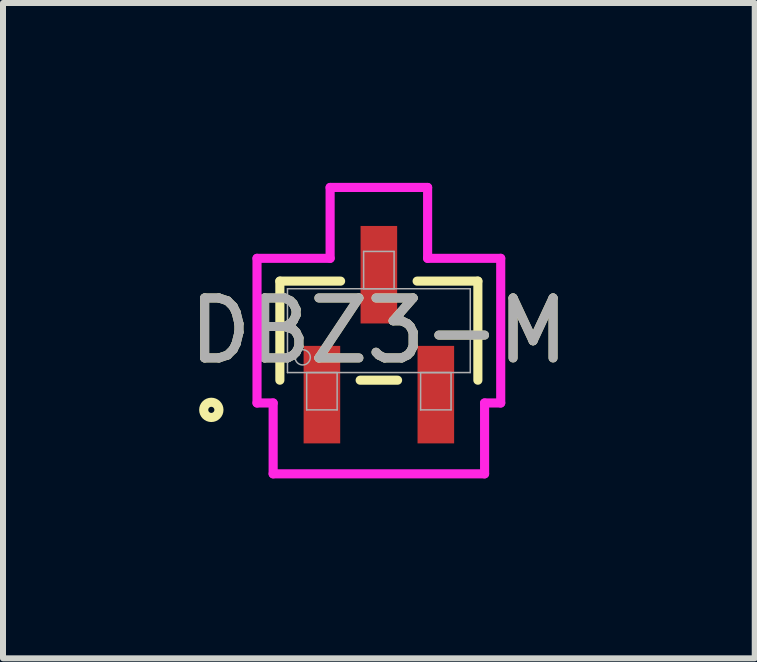
<source format=kicad_pcb>
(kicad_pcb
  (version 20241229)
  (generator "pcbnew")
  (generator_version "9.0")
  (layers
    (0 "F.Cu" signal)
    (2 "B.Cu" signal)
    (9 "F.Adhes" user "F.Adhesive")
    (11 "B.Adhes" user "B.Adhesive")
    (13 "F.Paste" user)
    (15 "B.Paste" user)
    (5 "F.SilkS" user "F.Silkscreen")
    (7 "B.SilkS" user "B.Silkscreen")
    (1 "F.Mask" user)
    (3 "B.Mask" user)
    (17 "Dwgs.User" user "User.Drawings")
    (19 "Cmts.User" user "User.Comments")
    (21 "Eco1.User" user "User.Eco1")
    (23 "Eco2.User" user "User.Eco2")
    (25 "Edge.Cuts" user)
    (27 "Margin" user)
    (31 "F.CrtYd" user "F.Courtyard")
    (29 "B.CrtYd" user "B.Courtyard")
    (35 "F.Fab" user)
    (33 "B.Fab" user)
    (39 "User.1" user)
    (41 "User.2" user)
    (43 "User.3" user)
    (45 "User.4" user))
  (footprint "DBZ3-M"
    (layer "F.Cu")
    (at 3.268 2.464)
    (property "Reference" "DBZ3-M" (at 0 0 0) (unlocked yes) (layer "F.SilkS") (effects (font (size 1 1) (thickness 0.15))))
    (attr smd)
    (fp_line (start -1.651 -0.826) (end -1.651 0.826) (stroke (width 0.152) (type solid)) (layer "F.SilkS"))
    (fp_line (start -0.638 -0.826) (end -1.651 -0.826) (stroke (width 0.152) (type solid)) (layer "F.SilkS"))
    (fp_line (start -0.312 0.826) (end 0.312 0.826) (stroke (width 0.152) (type solid)) (layer "F.SilkS"))
    (fp_line (start 1.651 -0.826) (end 0.638 -0.826) (stroke (width 0.152) (type solid)) (layer "F.SilkS"))
    (fp_line (start 1.651 0.826) (end 1.651 -0.826) (stroke (width 0.152) (type solid)) (layer "F.SilkS"))
    (fp_circle (center -2.794 1.321) (end -2.667 1.321) (stroke (width 0.152) (type solid)) (fill no) (layer "F.SilkS"))
    (fp_line (start -2.032 -1.206) (end -0.813 -1.206) (stroke (width 0.152) (type solid)) (layer "F.CrtYd"))
    (fp_line (start -2.032 1.206) (end -2.032 -1.206) (stroke (width 0.152) (type solid)) (layer "F.CrtYd"))
    (fp_line (start -2.032 1.206) (end -1.763 1.206) (stroke (width 0.152) (type solid)) (layer "F.CrtYd"))
    (fp_line (start -1.763 1.206) (end -1.763 2.388) (stroke (width 0.152) (type solid)) (layer "F.CrtYd"))
    (fp_line (start -1.763 2.388) (end 1.763 2.388) (stroke (width 0.152) (type solid)) (layer "F.CrtYd"))
    (fp_line (start -0.813 -2.388) (end 0.813 -2.388) (stroke (width 0.152) (type solid)) (layer "F.CrtYd"))
    (fp_line (start -0.813 -1.206) (end -0.813 -2.388) (stroke (width 0.152) (type solid)) (layer "F.CrtYd"))
    (fp_line (start 0.813 -1.206) (end 0.813 -2.388) (stroke (width 0.152) (type solid)) (layer "F.CrtYd"))
    (fp_line (start 1.763 1.206) (end 1.763 2.388) (stroke (width 0.152) (type solid)) (layer "F.CrtYd"))
    (fp_line (start 2.032 -1.206) (end 0.813 -1.206) (stroke (width 0.152) (type solid)) (layer "F.CrtYd"))
    (fp_line (start 2.032 -1.206) (end 2.032 1.206) (stroke (width 0.152) (type solid)) (layer "F.CrtYd"))
    (fp_line (start 2.032 1.206) (end 1.763 1.206) (stroke (width 0.152) (type solid)) (layer "F.CrtYd"))
    (fp_line (start -1.524 -0.699) (end -1.524 0.699) (stroke (width 0.025) (type solid)) (layer "F.Fab"))
    (fp_line (start -1.524 0.699) (end 1.524 0.699) (stroke (width 0.025) (type solid)) (layer "F.Fab"))
    (fp_line (start -1.204 0.699) (end -1.204 1.321) (stroke (width 0.025) (type solid)) (layer "F.Fab"))
    (fp_line (start -1.204 1.321) (end -0.696 1.321) (stroke (width 0.025) (type solid)) (layer "F.Fab"))
    (fp_line (start -0.696 0.699) (end -1.204 0.699) (stroke (width 0.025) (type solid)) (layer "F.Fab"))
    (fp_line (start -0.696 1.321) (end -0.696 0.699) (stroke (width 0.025) (type solid)) (layer "F.Fab"))
    (fp_line (start -0.254 -1.321) (end -0.254 -0.699) (stroke (width 0.025) (type solid)) (layer "F.Fab"))
    (fp_line (start -0.254 -0.699) (end 0.254 -0.699) (stroke (width 0.025) (type solid)) (layer "F.Fab"))
    (fp_line (start 0.254 -1.321) (end -0.254 -1.321) (stroke (width 0.025) (type solid)) (layer "F.Fab"))
    (fp_line (start 0.254 -0.699) (end 0.254 -1.321) (stroke (width 0.025) (type solid)) (layer "F.Fab"))
    (fp_line (start 0.696 0.699) (end 0.696 1.321) (stroke (width 0.025) (type solid)) (layer "F.Fab"))
    (fp_line (start 0.696 1.321) (end 1.204 1.321) (stroke (width 0.025) (type solid)) (layer "F.Fab"))
    (fp_line (start 1.204 0.699) (end 0.696 0.699) (stroke (width 0.025) (type solid)) (layer "F.Fab"))
    (fp_line (start 1.204 1.321) (end 1.204 0.699) (stroke (width 0.025) (type solid)) (layer "F.Fab"))
    (fp_line (start 1.524 -0.699) (end -1.524 -0.699) (stroke (width 0.025) (type solid)) (layer "F.Fab"))
    (fp_line (start 1.524 0.699) (end 1.524 -0.699) (stroke (width 0.025) (type solid)) (layer "F.Fab"))
    (fp_circle (center -1.27 0.445) (end -1.143 0.445) (stroke (width 0.025) (type solid)) (fill no) (layer "F.Fab"))
    (fp_text user "${REFERENCE}" (at 0 0 0) (unlocked yes) (layer "F.Fab") (effects (font (size 1 1) (thickness 0.15))))
    (pad "1" smd rect (at -0.95 1.067) (size 0.61 1.626) (layers "F.Cu" "F.Mask" "F.Paste"))
    (pad "2" smd rect (at 0.95 1.067) (size 0.61 1.626) (layers "F.Cu" "F.Mask" "F.Paste"))
    (pad "3" smd rect (at 0 -0.933) (size 0.61 1.626) (layers "F.Cu" "F.Mask" "F.Paste")))
  (gr_rect
    (start -3 -3)
    (end 9.536 7.928)
    (stroke (width 0.1) (type default))
    (fill no)
    (layer "Edge.Cuts")))
</source>
